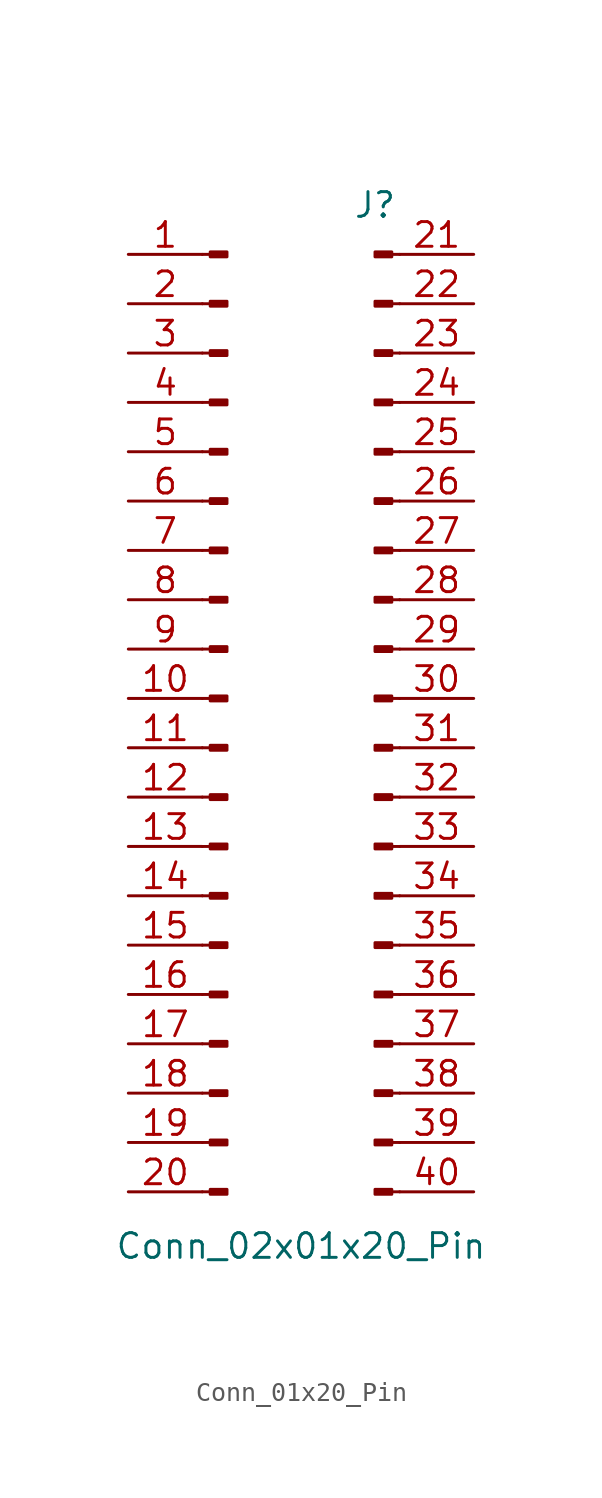
<source format=kicad_sym>
(kicad_symbol_lib
  (version 20241209)
  (generator "kicad_symbol_editor")
  (generator_version "9.0")
  (symbol "Conn_01x20_Pin"
    (pin_names
      (offset 1.016)
      (hide yes))
    (property "Reference" "J"
      (at 0 25.4 0)
      (effects (font (size 1.27 1.27))))
    (property "Value" "Conn_02x01x20_Pin"
      (at -3.81 -28.194 0)
      (effects (font (size 1.27 1.27))))
    (property "ki_locked" ""
      (at 0 0 0)
      (effects (font (size 1.27 1.27))))
    (symbol "Conn_01x20_Pin_1_1"
      (polyline (pts (xy -8.89 22.86) (xy -8.484 22.86)) (stroke (width 0.152) (type default)) (fill (type none)))
      (polyline (pts (xy -8.89 20.32) (xy -8.484 20.32)) (stroke (width 0.152) (type default)) (fill (type none)))
      (polyline (pts (xy -8.89 17.78) (xy -8.484 17.78)) (stroke (width 0.152) (type default)) (fill (type none)))
      (polyline (pts (xy -8.89 15.24) (xy -8.484 15.24)) (stroke (width 0.152) (type default)) (fill (type none)))
      (polyline (pts (xy -8.89 12.7) (xy -8.484 12.7)) (stroke (width 0.152) (type default)) (fill (type none)))
      (polyline (pts (xy -8.89 10.16) (xy -8.484 10.16)) (stroke (width 0.152) (type default)) (fill (type none)))
      (polyline (pts (xy -8.89 7.62) (xy -8.484 7.62)) (stroke (width 0.152) (type default)) (fill (type none)))
      (polyline (pts (xy -8.89 5.08) (xy -8.484 5.08)) (stroke (width 0.152) (type default)) (fill (type none)))
      (polyline (pts (xy -8.89 2.54) (xy -8.484 2.54)) (stroke (width 0.152) (type default)) (fill (type none)))
      (polyline (pts (xy -8.89 0) (xy -8.484 0)) (stroke (width 0.152) (type default)) (fill (type none)))
      (polyline (pts (xy -8.89 -2.54) (xy -8.484 -2.54)) (stroke (width 0.152) (type default)) (fill (type none)))
      (polyline (pts (xy -8.89 -5.08) (xy -8.484 -5.08)) (stroke (width 0.152) (type default)) (fill (type none)))
      (polyline (pts (xy -8.89 -7.62) (xy -8.484 -7.62)) (stroke (width 0.152) (type default)) (fill (type none)))
      (polyline (pts (xy -8.89 -10.16) (xy -8.484 -10.16)) (stroke (width 0.152) (type default)) (fill (type none)))
      (polyline (pts (xy -8.89 -12.7) (xy -8.484 -12.7)) (stroke (width 0.152) (type default)) (fill (type none)))
      (polyline (pts (xy -8.89 -15.24) (xy -8.484 -15.24)) (stroke (width 0.152) (type default)) (fill (type none)))
      (polyline (pts (xy -8.89 -17.78) (xy -8.484 -17.78)) (stroke (width 0.152) (type default)) (fill (type none)))
      (polyline (pts (xy -8.89 -20.32) (xy -8.484 -20.32)) (stroke (width 0.152) (type default)) (fill (type none)))
      (polyline (pts (xy -8.89 -22.86) (xy -8.484 -22.86)) (stroke (width 0.152) (type default)) (fill (type none)))
      (polyline (pts (xy -8.89 -25.4) (xy -8.484 -25.4)) (stroke (width 0.152) (type default)) (fill (type none)))
      (rectangle (start -8.484 22.987) (end -7.62 22.733) (stroke (width 0.152) (type default)) (fill (type outline)))
      (rectangle (start -8.484 20.447) (end -7.62 20.193) (stroke (width 0.152) (type default)) (fill (type outline)))
      (rectangle (start -8.484 17.907) (end -7.62 17.653) (stroke (width 0.152) (type default)) (fill (type outline)))
      (rectangle (start -8.484 15.367) (end -7.62 15.113) (stroke (width 0.152) (type default)) (fill (type outline)))
      (rectangle (start -8.484 12.827) (end -7.62 12.573) (stroke (width 0.152) (type default)) (fill (type outline)))
      (rectangle (start -8.484 10.287) (end -7.62 10.033) (stroke (width 0.152) (type default)) (fill (type outline)))
      (rectangle (start -8.484 7.747) (end -7.62 7.493) (stroke (width 0.152) (type default)) (fill (type outline)))
      (rectangle (start -8.484 5.207) (end -7.62 4.953) (stroke (width 0.152) (type default)) (fill (type outline)))
      (rectangle (start -8.484 2.667) (end -7.62 2.413) (stroke (width 0.152) (type default)) (fill (type outline)))
      (rectangle (start -8.484 0.127) (end -7.62 -0.127) (stroke (width 0.152) (type default)) (fill (type outline)))
      (rectangle (start -8.484 -2.413) (end -7.62 -2.667) (stroke (width 0.152) (type default)) (fill (type outline)))
      (rectangle (start -8.484 -4.953) (end -7.62 -5.207) (stroke (width 0.152) (type default)) (fill (type outline)))
      (rectangle (start -8.484 -7.493) (end -7.62 -7.747) (stroke (width 0.152) (type default)) (fill (type outline)))
      (rectangle (start -8.484 -10.033) (end -7.62 -10.287) (stroke (width 0.152) (type default)) (fill (type outline)))
      (rectangle (start -8.484 -12.573) (end -7.62 -12.827) (stroke (width 0.152) (type default)) (fill (type outline)))
      (rectangle (start -8.484 -15.113) (end -7.62 -15.367) (stroke (width 0.152) (type default)) (fill (type outline)))
      (rectangle (start -8.484 -17.653) (end -7.62 -17.907) (stroke (width 0.152) (type default)) (fill (type outline)))
      (rectangle (start -8.484 -20.193) (end -7.62 -20.447) (stroke (width 0.152) (type default)) (fill (type outline)))
      (rectangle (start -8.484 -22.733) (end -7.62 -22.987) (stroke (width 0.152) (type default)) (fill (type outline)))
      (rectangle (start -8.484 -25.273) (end -7.62 -25.527) (stroke (width 0.152) (type default)) (fill (type outline)))
      (rectangle (start 0.864 22.987) (end 0 22.733) (stroke (width 0.152) (type default)) (fill (type outline)))
      (rectangle (start 0.864 20.447) (end 0 20.193) (stroke (width 0.152) (type default)) (fill (type outline)))
      (rectangle (start 0.864 17.907) (end 0 17.653) (stroke (width 0.152) (type default)) (fill (type outline)))
      (rectangle (start 0.864 15.367) (end 0 15.113) (stroke (width 0.152) (type default)) (fill (type outline)))
      (rectangle (start 0.864 12.827) (end 0 12.573) (stroke (width 0.152) (type default)) (fill (type outline)))
      (rectangle (start 0.864 10.287) (end 0 10.033) (stroke (width 0.152) (type default)) (fill (type outline)))
      (rectangle (start 0.864 7.747) (end 0 7.493) (stroke (width 0.152) (type default)) (fill (type outline)))
      (rectangle (start 0.864 5.207) (end 0 4.953) (stroke (width 0.152) (type default)) (fill (type outline)))
      (rectangle (start 0.864 2.667) (end 0 2.413) (stroke (width 0.152) (type default)) (fill (type outline)))
      (rectangle (start 0.864 0.127) (end 0 -0.127) (stroke (width 0.152) (type default)) (fill (type outline)))
      (rectangle (start 0.864 -2.413) (end 0 -2.667) (stroke (width 0.152) (type default)) (fill (type outline)))
      (rectangle (start 0.864 -4.953) (end 0 -5.207) (stroke (width 0.152) (type default)) (fill (type outline)))
      (rectangle (start 0.864 -7.493) (end 0 -7.747) (stroke (width 0.152) (type default)) (fill (type outline)))
      (rectangle (start 0.864 -10.033) (end 0 -10.287) (stroke (width 0.152) (type default)) (fill (type outline)))
      (rectangle (start 0.864 -12.573) (end 0 -12.827) (stroke (width 0.152) (type default)) (fill (type outline)))
      (rectangle (start 0.864 -15.113) (end 0 -15.367) (stroke (width 0.152) (type default)) (fill (type outline)))
      (rectangle (start 0.864 -17.653) (end 0 -17.907) (stroke (width 0.152) (type default)) (fill (type outline)))
      (rectangle (start 0.864 -20.193) (end 0 -20.447) (stroke (width 0.152) (type default)) (fill (type outline)))
      (rectangle (start 0.864 -22.733) (end 0 -22.987) (stroke (width 0.152) (type default)) (fill (type outline)))
      (rectangle (start 0.864 -25.273) (end 0 -25.527) (stroke (width 0.152) (type default)) (fill (type outline)))
      (polyline (pts (xy 1.27 22.86) (xy 0.864 22.86)) (stroke (width 0.152) (type default)) (fill (type none)))
      (polyline (pts (xy 1.27 20.32) (xy 0.864 20.32)) (stroke (width 0.152) (type default)) (fill (type none)))
      (polyline (pts (xy 1.27 17.78) (xy 0.864 17.78)) (stroke (width 0.152) (type default)) (fill (type none)))
      (polyline (pts (xy 1.27 15.24) (xy 0.864 15.24)) (stroke (width 0.152) (type default)) (fill (type none)))
      (polyline (pts (xy 1.27 12.7) (xy 0.864 12.7)) (stroke (width 0.152) (type default)) (fill (type none)))
      (polyline (pts (xy 1.27 10.16) (xy 0.864 10.16)) (stroke (width 0.152) (type default)) (fill (type none)))
      (polyline (pts (xy 1.27 7.62) (xy 0.864 7.62)) (stroke (width 0.152) (type default)) (fill (type none)))
      (polyline (pts (xy 1.27 5.08) (xy 0.864 5.08)) (stroke (width 0.152) (type default)) (fill (type none)))
      (polyline (pts (xy 1.27 2.54) (xy 0.864 2.54)) (stroke (width 0.152) (type default)) (fill (type none)))
      (polyline (pts (xy 1.27 0) (xy 0.864 0)) (stroke (width 0.152) (type default)) (fill (type none)))
      (polyline (pts (xy 1.27 -2.54) (xy 0.864 -2.54)) (stroke (width 0.152) (type default)) (fill (type none)))
      (polyline (pts (xy 1.27 -5.08) (xy 0.864 -5.08)) (stroke (width 0.152) (type default)) (fill (type none)))
      (polyline (pts (xy 1.27 -7.62) (xy 0.864 -7.62)) (stroke (width 0.152) (type default)) (fill (type none)))
      (polyline (pts (xy 1.27 -10.16) (xy 0.864 -10.16)) (stroke (width 0.152) (type default)) (fill (type none)))
      (polyline (pts (xy 1.27 -12.7) (xy 0.864 -12.7)) (stroke (width 0.152) (type default)) (fill (type none)))
      (polyline (pts (xy 1.27 -15.24) (xy 0.864 -15.24)) (stroke (width 0.152) (type default)) (fill (type none)))
      (polyline (pts (xy 1.27 -17.78) (xy 0.864 -17.78)) (stroke (width 0.152) (type default)) (fill (type none)))
      (polyline (pts (xy 1.27 -20.32) (xy 0.864 -20.32)) (stroke (width 0.152) (type default)) (fill (type none)))
      (polyline (pts (xy 1.27 -22.86) (xy 0.864 -22.86)) (stroke (width 0.152) (type default)) (fill (type none)))
      (polyline (pts (xy 1.27 -25.4) (xy 0.864 -25.4)) (stroke (width 0.152) (type default)) (fill (type none)))
      (pin passive line (at -12.7 22.86 0) (length 3.81) (name "Pin_1" (effects (font (size 1.27 1.27)))) (number "1" (effects (font (size 1.27 1.27)))))
      (pin passive line (at -12.7 20.32 0) (length 3.81) (name "Pin_2" (effects (font (size 1.27 1.27)))) (number "2" (effects (font (size 1.27 1.27)))))
      (pin passive line (at -12.7 17.78 0) (length 3.81) (name "Pin_3" (effects (font (size 1.27 1.27)))) (number "3" (effects (font (size 1.27 1.27)))))
      (pin passive line (at -12.7 15.24 0) (length 3.81) (name "Pin_4" (effects (font (size 1.27 1.27)))) (number "4" (effects (font (size 1.27 1.27)))))
      (pin passive line (at -12.7 12.7 0) (length 3.81) (name "Pin_5" (effects (font (size 1.27 1.27)))) (number "5" (effects (font (size 1.27 1.27)))))
      (pin passive line (at -12.7 10.16 0) (length 3.81) (name "Pin_6" (effects (font (size 1.27 1.27)))) (number "6" (effects (font (size 1.27 1.27)))))
      (pin passive line (at -12.7 7.62 0) (length 3.81) (name "Pin_7" (effects (font (size 1.27 1.27)))) (number "7" (effects (font (size 1.27 1.27)))))
      (pin passive line (at -12.7 5.08 0) (length 3.81) (name "Pin_8" (effects (font (size 1.27 1.27)))) (number "8" (effects (font (size 1.27 1.27)))))
      (pin passive line (at -12.7 2.54 0) (length 3.81) (name "Pin_9" (effects (font (size 1.27 1.27)))) (number "9" (effects (font (size 1.27 1.27)))))
      (pin passive line (at -12.7 0 0) (length 3.81) (name "Pin_10" (effects (font (size 1.27 1.27)))) (number "10" (effects (font (size 1.27 1.27)))))
      (pin passive line (at -12.7 -2.54 0) (length 3.81) (name "Pin_11" (effects (font (size 1.27 1.27)))) (number "11" (effects (font (size 1.27 1.27)))))
      (pin passive line (at -12.7 -5.08 0) (length 3.81) (name "Pin_12" (effects (font (size 1.27 1.27)))) (number "12" (effects (font (size 1.27 1.27)))))
      (pin passive line (at -12.7 -7.62 0) (length 3.81) (name "Pin_13" (effects (font (size 1.27 1.27)))) (number "13" (effects (font (size 1.27 1.27)))))
      (pin passive line (at -12.7 -10.16 0) (length 3.81) (name "Pin_14" (effects (font (size 1.27 1.27)))) (number "14" (effects (font (size 1.27 1.27)))))
      (pin passive line (at -12.7 -12.7 0) (length 3.81) (name "Pin_15" (effects (font (size 1.27 1.27)))) (number "15" (effects (font (size 1.27 1.27)))))
      (pin passive line (at -12.7 -15.24 0) (length 3.81) (name "Pin_16" (effects (font (size 1.27 1.27)))) (number "16" (effects (font (size 1.27 1.27)))))
      (pin passive line (at -12.7 -17.78 0) (length 3.81) (name "Pin_17" (effects (font (size 1.27 1.27)))) (number "17" (effects (font (size 1.27 1.27)))))
      (pin passive line (at -12.7 -20.32 0) (length 3.81) (name "Pin_18" (effects (font (size 1.27 1.27)))) (number "18" (effects (font (size 1.27 1.27)))))
      (pin passive line (at -12.7 -22.86 0) (length 3.81) (name "Pin_19" (effects (font (size 1.27 1.27)))) (number "19" (effects (font (size 1.27 1.27)))))
      (pin passive line (at -12.7 -25.4 0) (length 3.81) (name "Pin_20" (effects (font (size 1.27 1.27)))) (number "20" (effects (font (size 1.27 1.27)))))
      (pin passive line (at 5.08 22.86 180) (length 3.81) (name "Pin_1" (effects (font (size 1.27 1.27)))) (number "21" (effects (font (size 1.27 1.27)))))
      (pin passive line (at 5.08 20.32 180) (length 3.81) (name "Pin_2" (effects (font (size 1.27 1.27)))) (number "22" (effects (font (size 1.27 1.27)))))
      (pin passive line (at 5.08 17.78 180) (length 3.81) (name "Pin_3" (effects (font (size 1.27 1.27)))) (number "23" (effects (font (size 1.27 1.27)))))
      (pin passive line (at 5.08 15.24 180) (length 3.81) (name "Pin_4" (effects (font (size 1.27 1.27)))) (number "24" (effects (font (size 1.27 1.27)))))
      (pin passive line (at 5.08 12.7 180) (length 3.81) (name "Pin_5" (effects (font (size 1.27 1.27)))) (number "25" (effects (font (size 1.27 1.27)))))
      (pin passive line (at 5.08 10.16 180) (length 3.81) (name "Pin_6" (effects (font (size 1.27 1.27)))) (number "26" (effects (font (size 1.27 1.27)))))
      (pin passive line (at 5.08 7.62 180) (length 3.81) (name "Pin_7" (effects (font (size 1.27 1.27)))) (number "27" (effects (font (size 1.27 1.27)))))
      (pin passive line (at 5.08 5.08 180) (length 3.81) (name "Pin_8" (effects (font (size 1.27 1.27)))) (number "28" (effects (font (size 1.27 1.27)))))
      (pin passive line (at 5.08 2.54 180) (length 3.81) (name "Pin_9" (effects (font (size 1.27 1.27)))) (number "29" (effects (font (size 1.27 1.27)))))
      (pin passive line (at 5.08 0 180) (length 3.81) (name "Pin_10" (effects (font (size 1.27 1.27)))) (number "30" (effects (font (size 1.27 1.27)))))
      (pin passive line (at 5.08 -2.54 180) (length 3.81) (name "Pin_11" (effects (font (size 1.27 1.27)))) (number "31" (effects (font (size 1.27 1.27)))))
      (pin passive line (at 5.08 -5.08 180) (length 3.81) (name "Pin_12" (effects (font (size 1.27 1.27)))) (number "32" (effects (font (size 1.27 1.27)))))
      (pin passive line (at 5.08 -7.62 180) (length 3.81) (name "Pin_13" (effects (font (size 1.27 1.27)))) (number "33" (effects (font (size 1.27 1.27)))))
      (pin passive line (at 5.08 -10.16 180) (length 3.81) (name "Pin_14" (effects (font (size 1.27 1.27)))) (number "34" (effects (font (size 1.27 1.27)))))
      (pin passive line (at 5.08 -12.7 180) (length 3.81) (name "Pin_15" (effects (font (size 1.27 1.27)))) (number "35" (effects (font (size 1.27 1.27)))))
      (pin passive line (at 5.08 -15.24 180) (length 3.81) (name "Pin_16" (effects (font (size 1.27 1.27)))) (number "36" (effects (font (size 1.27 1.27)))))
      (pin passive line (at 5.08 -17.78 180) (length 3.81) (name "Pin_17" (effects (font (size 1.27 1.27)))) (number "37" (effects (font (size 1.27 1.27)))))
      (pin passive line (at 5.08 -20.32 180) (length 3.81) (name "Pin_18" (effects (font (size 1.27 1.27)))) (number "38" (effects (font (size 1.27 1.27)))))
      (pin passive line (at 5.08 -22.86 180) (length 3.81) (name "Pin_19" (effects (font (size 1.27 1.27)))) (number "39" (effects (font (size 1.27 1.27)))))
      (pin passive line (at 5.08 -25.4 180) (length 3.81) (name "Pin_20" (effects (font (size 1.27 1.27)))) (number "40" (effects (font (size 1.27 1.27))))))))
</source>
